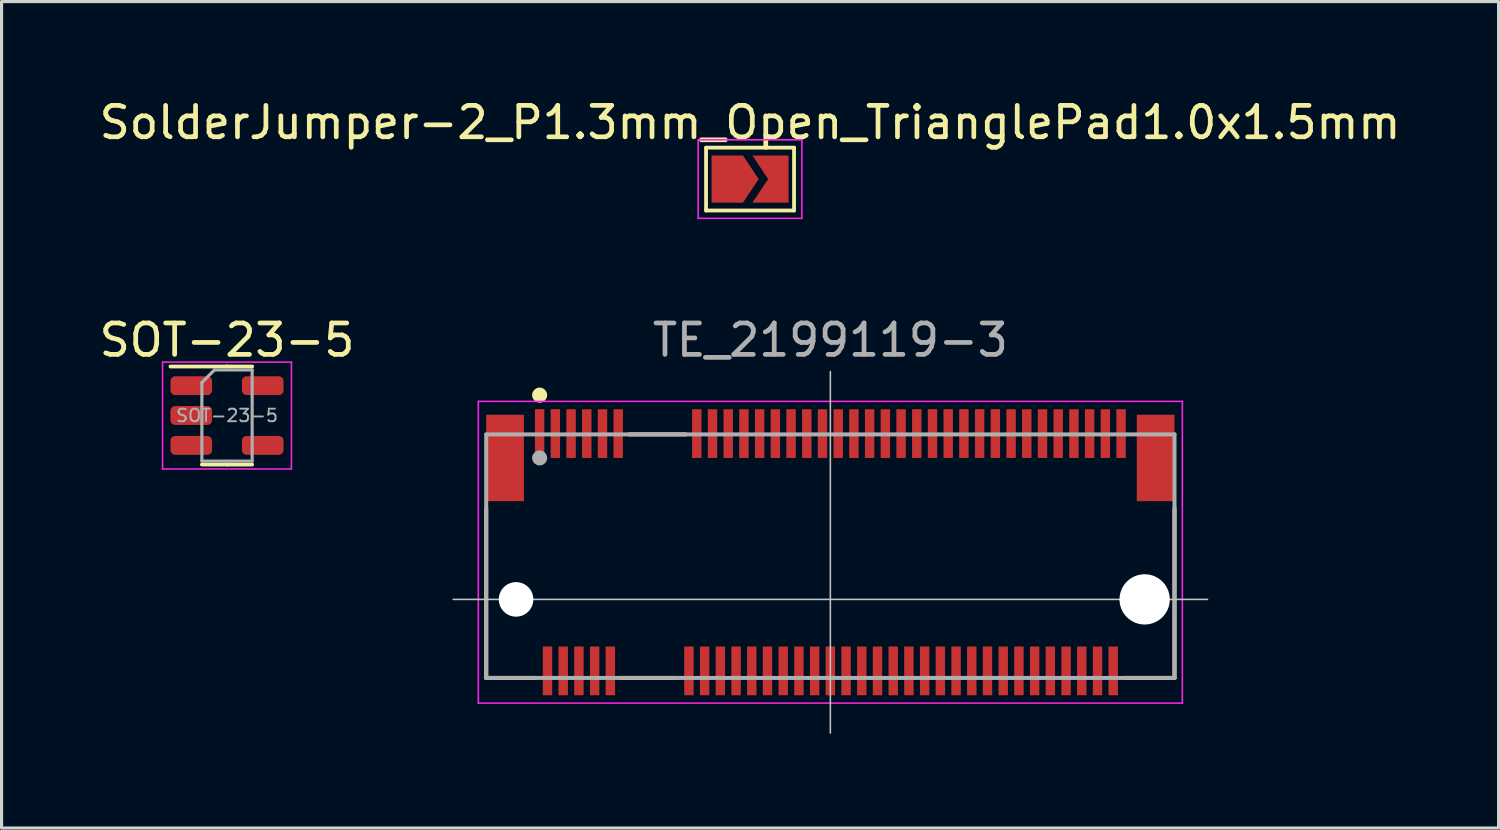
<source format=kicad_pcb>
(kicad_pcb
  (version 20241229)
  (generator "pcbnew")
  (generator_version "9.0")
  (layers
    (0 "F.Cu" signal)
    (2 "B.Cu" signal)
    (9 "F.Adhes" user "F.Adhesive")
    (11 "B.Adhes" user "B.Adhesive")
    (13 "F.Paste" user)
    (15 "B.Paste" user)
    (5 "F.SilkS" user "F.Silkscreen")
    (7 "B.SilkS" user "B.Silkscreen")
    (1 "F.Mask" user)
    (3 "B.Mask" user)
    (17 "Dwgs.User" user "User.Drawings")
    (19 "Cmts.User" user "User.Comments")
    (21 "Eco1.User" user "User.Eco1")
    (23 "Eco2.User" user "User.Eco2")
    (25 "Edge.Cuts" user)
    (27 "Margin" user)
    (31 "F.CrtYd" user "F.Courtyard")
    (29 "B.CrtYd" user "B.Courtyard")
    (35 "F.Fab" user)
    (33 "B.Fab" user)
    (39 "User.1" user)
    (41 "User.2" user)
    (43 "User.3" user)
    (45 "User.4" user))
  (footprint "SolderJumper-2_P1.3mm_Open_TrianglePad1.0x1.5mm"
    (layer "F.Cu")
    (at 20.815 2.648)
    (property "Reference" "SolderJumper-2_P1.3mm_Open_TrianglePad1.0x1.5mm" (at 0 -1.8 0) (layer "F.SilkS") (effects (font (size 1 1) (thickness 0.15))))
    (attr exclude_from_pos_files)
    (fp_line (start -1.4 -1) (end 1.4 -1) (stroke (width 0.12) (type solid)) (layer "F.SilkS"))
    (fp_line (start -1.4 1) (end -1.4 -1) (stroke (width 0.12) (type solid)) (layer "F.SilkS"))
    (fp_line (start 1.4 -1) (end 1.4 1) (stroke (width 0.12) (type solid)) (layer "F.SilkS"))
    (fp_line (start 1.4 1) (end -1.4 1) (stroke (width 0.12) (type solid)) (layer "F.SilkS"))
    (fp_line (start -1.65 -1.25) (end -1.65 1.25) (stroke (width 0.05) (type solid)) (layer "F.CrtYd"))
    (fp_line (start -1.65 -1.25) (end 1.65 -1.25) (stroke (width 0.05) (type solid)) (layer "F.CrtYd"))
    (fp_line (start 1.65 1.25) (end -1.65 1.25) (stroke (width 0.05) (type solid)) (layer "F.CrtYd"))
    (fp_line (start 1.65 1.25) (end 1.65 -1.25) (stroke (width 0.05) (type solid)) (layer "F.CrtYd"))
    (pad "1" smd custom (at -0.725 0) (size 0.3 0.3) (layers "F.Cu" "F.Mask") (options (anchor rect)) (primitives (gr_poly (pts (xy 1 0) (xy 0.5 0.75) (xy -0.5 0.75) (xy -0.5 -0.75) (xy 0.5 -0.75)) (width 0) (fill yes))))
    (pad "2" smd custom (at 0.725 0) (size 0.3 0.3) (layers "F.Cu" "F.Mask") (options (anchor rect)) (primitives (gr_poly (pts (xy 0.5 0.75) (xy -0.65 0.75) (xy -0.15 0) (xy -0.65 -0.75) (xy 0.5 -0.75)) (width 0) (fill yes)))))
  (footprint "SOT-23-5"
    (layer "F.Cu")
    (at 4.173 10.171)
    (property "Reference" "SOT-23-5" (at 0 -2.4 0) (layer "F.SilkS") (effects (font (size 1 1) (thickness 0.15))))
    (attr smd)
    (fp_line (start 0 -1.56) (end -1.8 -1.56) (stroke (width 0.12) (type solid)) (layer "F.SilkS"))
    (fp_line (start 0 -1.56) (end 0.8 -1.56) (stroke (width 0.12) (type solid)) (layer "F.SilkS"))
    (fp_line (start 0 1.56) (end -0.8 1.56) (stroke (width 0.12) (type solid)) (layer "F.SilkS"))
    (fp_line (start 0 1.56) (end 0.8 1.56) (stroke (width 0.12) (type solid)) (layer "F.SilkS"))
    (fp_line (start -2.05 -1.7) (end -2.05 1.7) (stroke (width 0.05) (type solid)) (layer "F.CrtYd"))
    (fp_line (start -2.05 1.7) (end 2.05 1.7) (stroke (width 0.05) (type solid)) (layer "F.CrtYd"))
    (fp_line (start 2.05 -1.7) (end -2.05 -1.7) (stroke (width 0.05) (type solid)) (layer "F.CrtYd"))
    (fp_line (start 2.05 1.7) (end 2.05 -1.7) (stroke (width 0.05) (type solid)) (layer "F.CrtYd"))
    (fp_line (start -0.8 -1.05) (end -0.4 -1.45) (stroke (width 0.1) (type solid)) (layer "F.Fab"))
    (fp_line (start -0.8 1.45) (end -0.8 -1.05) (stroke (width 0.1) (type solid)) (layer "F.Fab"))
    (fp_line (start -0.4 -1.45) (end 0.8 -1.45) (stroke (width 0.1) (type solid)) (layer "F.Fab"))
    (fp_line (start 0.8 -1.45) (end 0.8 1.45) (stroke (width 0.1) (type solid)) (layer "F.Fab"))
    (fp_line (start 0.8 1.45) (end -0.8 1.45) (stroke (width 0.1) (type solid)) (layer "F.Fab"))
    (fp_text user "${REFERENCE}" (at 0 0 0) (layer "F.Fab") (effects (font (size 0.4 0.4) (thickness 0.06))))
    (pad "1" smd roundrect (at -1.137 -0.95) (size 1.325 0.6) (layers "F.Cu" "F.Mask" "F.Paste") (roundrect_rratio 0.25))
    (pad "2" smd roundrect (at -1.137 0) (size 1.325 0.6) (layers "F.Cu" "F.Mask" "F.Paste") (roundrect_rratio 0.25))
    (pad "3" smd roundrect (at -1.137 0.95) (size 1.325 0.6) (layers "F.Cu" "F.Mask" "F.Paste") (roundrect_rratio 0.25))
    (pad "4" smd roundrect (at 1.137 0.95) (size 1.325 0.6) (layers "F.Cu" "F.Mask" "F.Paste") (roundrect_rratio 0.25))
    (pad "5" smd roundrect (at 1.137 -0.95) (size 1.325 0.6) (layers "F.Cu" "F.Mask" "F.Paste") (roundrect_rratio 0.25)))
  (footprint "TE_2199119-3"
    (layer "F.Cu")
    (at 23.37 16.021)
    (property "Reference" "TE_2199119-3" (at 0 -8.25 0) (layer "F.Fab") (effects (font (size 1 1) (thickness 0.15))))
    (attr smd)
    (fp_line (start -10.95 -2.9) (end -10.95 2.5) (stroke (width 0.127) (type solid)) (layer "F.SilkS"))
    (fp_line (start -10.95 2.5) (end -9.35 2.5) (stroke (width 0.127) (type solid)) (layer "F.SilkS"))
    (fp_line (start -6.65 2.5) (end -4.85 2.5) (stroke (width 0.127) (type solid)) (layer "F.SilkS"))
    (fp_line (start -4.6 -5.25) (end -6.4 -5.25) (stroke (width 0.127) (type solid)) (layer "F.SilkS"))
    (fp_line (start 9.35 2.5) (end 10.95 2.5) (stroke (width 0.127) (type solid)) (layer "F.SilkS"))
    (fp_line (start 10.95 2.5) (end 10.95 -2.9) (stroke (width 0.127) (type solid)) (layer "F.SilkS"))
    (fp_circle (center -9.25 -6.5) (end -9.13 -6.5) (stroke (width 0.24) (type solid)) (fill no) (layer "F.SilkS"))
    (fp_line (start -12 0) (end 12 0) (stroke (width 0.05) (type solid)) (layer "Dwgs.User"))
    (fp_line (start 0 -7.25) (end 0 4.25) (stroke (width 0.05) (type solid)) (layer "Dwgs.User"))
    (fp_line (start -11.2 -6.3) (end 11.2 -6.3) (stroke (width 0.05) (type solid)) (layer "F.CrtYd"))
    (fp_line (start -11.2 3.3) (end -11.2 -6.3) (stroke (width 0.05) (type solid)) (layer "F.CrtYd"))
    (fp_line (start 11.2 -6.3) (end 11.2 3.3) (stroke (width 0.05) (type solid)) (layer "F.CrtYd"))
    (fp_line (start 11.2 3.3) (end -11.2 3.3) (stroke (width 0.05) (type solid)) (layer "F.CrtYd"))
    (fp_line (start -10.95 -5.25) (end 10.95 -5.25) (stroke (width 0.127) (type solid)) (layer "F.Fab"))
    (fp_line (start -10.95 2.5) (end -10.95 -5.25) (stroke (width 0.127) (type solid)) (layer "F.Fab"))
    (fp_line (start 10.95 -5.25) (end 10.95 2.5) (stroke (width 0.127) (type solid)) (layer "F.Fab"))
    (fp_line (start 10.95 2.5) (end -10.95 2.5) (stroke (width 0.127) (type solid)) (layer "F.Fab"))
    (fp_circle (center -9.25 -4.5) (end -9.13 -4.5) (stroke (width 0.24) (type solid)) (fill no) (layer "F.Fab"))
    (pad "" np_thru_hole circle (at -10 0 180) (size 1.1 1.1) (drill 1.1) (layers "*.Cu" "*.Mask"))
    (pad "" np_thru_hole circle (at 10 0 180) (size 1.6 1.6) (drill 1.6) (layers "*.Cu" "*.Mask"))
    (pad "1" smd rect (at -9.25 -5.275 180) (size 0.3 1.55) (layers "F.Cu" "F.Mask" "F.Paste"))
    (pad "2" smd rect (at -9 2.275 180) (size 0.3 1.55) (layers "F.Cu" "F.Mask" "F.Paste"))
    (pad "3" smd rect (at -8.75 -5.275 180) (size 0.3 1.55) (layers "F.Cu" "F.Mask" "F.Paste"))
    (pad "4" smd rect (at -8.5 2.275 180) (size 0.3 1.55) (layers "F.Cu" "F.Mask" "F.Paste"))
    (pad "5" smd rect (at -8.25 -5.275 180) (size 0.3 1.55) (layers "F.Cu" "F.Mask" "F.Paste"))
    (pad "6" smd rect (at -8 2.275 180) (size 0.3 1.55) (layers "F.Cu" "F.Mask" "F.Paste"))
    (pad "7" smd rect (at -7.75 -5.275 180) (size 0.3 1.55) (layers "F.Cu" "F.Mask" "F.Paste"))
    (pad "8" smd rect (at -7.5 2.275 180) (size 0.3 1.55) (layers "F.Cu" "F.Mask" "F.Paste"))
    (pad "9" smd rect (at -7.25 -5.275 180) (size 0.3 1.55) (layers "F.Cu" "F.Mask" "F.Paste"))
    (pad "10" smd rect (at -7 2.275 180) (size 0.3 1.55) (layers "F.Cu" "F.Mask" "F.Paste"))
    (pad "11" smd rect (at -6.75 -5.275 180) (size 0.3 1.55) (layers "F.Cu" "F.Mask" "F.Paste"))
    (pad "20" smd rect (at -4.5 2.275 180) (size 0.3 1.55) (layers "F.Cu" "F.Mask" "F.Paste"))
    (pad "21" smd rect (at -4.25 -5.275 180) (size 0.3 1.55) (layers "F.Cu" "F.Mask" "F.Paste"))
    (pad "22" smd rect (at -4 2.275 180) (size 0.3 1.55) (layers "F.Cu" "F.Mask" "F.Paste"))
    (pad "23" smd rect (at -3.75 -5.275 180) (size 0.3 1.55) (layers "F.Cu" "F.Mask" "F.Paste"))
    (pad "24" smd rect (at -3.5 2.275 180) (size 0.3 1.55) (layers "F.Cu" "F.Mask" "F.Paste"))
    (pad "25" smd rect (at -3.25 -5.275 180) (size 0.3 1.55) (layers "F.Cu" "F.Mask" "F.Paste"))
    (pad "26" smd rect (at -3 2.275 180) (size 0.3 1.55) (layers "F.Cu" "F.Mask" "F.Paste"))
    (pad "27" smd rect (at -2.75 -5.275 180) (size 0.3 1.55) (layers "F.Cu" "F.Mask" "F.Paste"))
    (pad "28" smd rect (at -2.5 2.275 180) (size 0.3 1.55) (layers "F.Cu" "F.Mask" "F.Paste"))
    (pad "29" smd rect (at -2.25 -5.275 180) (size 0.3 1.55) (layers "F.Cu" "F.Mask" "F.Paste"))
    (pad "30" smd rect (at -2 2.275 180) (size 0.3 1.55) (layers "F.Cu" "F.Mask" "F.Paste"))
    (pad "31" smd rect (at -1.75 -5.275 180) (size 0.3 1.55) (layers "F.Cu" "F.Mask" "F.Paste"))
    (pad "32" smd rect (at -1.5 2.275 180) (size 0.3 1.55) (layers "F.Cu" "F.Mask" "F.Paste"))
    (pad "33" smd rect (at -1.25 -5.275 180) (size 0.3 1.55) (layers "F.Cu" "F.Mask" "F.Paste"))
    (pad "34" smd rect (at -1 2.275 180) (size 0.3 1.55) (layers "F.Cu" "F.Mask" "F.Paste"))
    (pad "35" smd rect (at -0.75 -5.275 180) (size 0.3 1.55) (layers "F.Cu" "F.Mask" "F.Paste"))
    (pad "36" smd rect (at -0.5 2.275 180) (size 0.3 1.55) (layers "F.Cu" "F.Mask" "F.Paste"))
    (pad "37" smd rect (at -0.25 -5.275 180) (size 0.3 1.55) (layers "F.Cu" "F.Mask" "F.Paste"))
    (pad "38" smd rect (at 0 2.275 180) (size 0.3 1.55) (layers "F.Cu" "F.Mask" "F.Paste"))
    (pad "39" smd rect (at 0.25 -5.275 180) (size 0.3 1.55) (layers "F.Cu" "F.Mask" "F.Paste"))
    (pad "40" smd rect (at 0.5 2.275 180) (size 0.3 1.55) (layers "F.Cu" "F.Mask" "F.Paste"))
    (pad "41" smd rect (at 0.75 -5.275 180) (size 0.3 1.55) (layers "F.Cu" "F.Mask" "F.Paste"))
    (pad "42" smd rect (at 1 2.275 180) (size 0.3 1.55) (layers "F.Cu" "F.Mask" "F.Paste"))
    (pad "43" smd rect (at 1.25 -5.275 180) (size 0.3 1.55) (layers "F.Cu" "F.Mask" "F.Paste"))
    (pad "44" smd rect (at 1.5 2.275 180) (size 0.3 1.55) (layers "F.Cu" "F.Mask" "F.Paste"))
    (pad "45" smd rect (at 1.75 -5.275 180) (size 0.3 1.55) (layers "F.Cu" "F.Mask" "F.Paste"))
    (pad "46" smd rect (at 2 2.275 180) (size 0.3 1.55) (layers "F.Cu" "F.Mask" "F.Paste"))
    (pad "47" smd rect (at 2.25 -5.275 180) (size 0.3 1.55) (layers "F.Cu" "F.Mask" "F.Paste"))
    (pad "48" smd rect (at 2.5 2.275 180) (size 0.3 1.55) (layers "F.Cu" "F.Mask" "F.Paste"))
    (pad "49" smd rect (at 2.75 -5.275 180) (size 0.3 1.55) (layers "F.Cu" "F.Mask" "F.Paste"))
    (pad "50" smd rect (at 3 2.275 180) (size 0.3 1.55) (layers "F.Cu" "F.Mask" "F.Paste"))
    (pad "51" smd rect (at 3.25 -5.275 180) (size 0.3 1.55) (layers "F.Cu" "F.Mask" "F.Paste"))
    (pad "52" smd rect (at 3.5 2.275 180) (size 0.3 1.55) (layers "F.Cu" "F.Mask" "F.Paste"))
    (pad "53" smd rect (at 3.75 -5.275 180) (size 0.3 1.55) (layers "F.Cu" "F.Mask" "F.Paste"))
    (pad "54" smd rect (at 4 2.275 180) (size 0.3 1.55) (layers "F.Cu" "F.Mask" "F.Paste"))
    (pad "55" smd rect (at 4.25 -5.275 180) (size 0.3 1.55) (layers "F.Cu" "F.Mask" "F.Paste"))
    (pad "56" smd rect (at 4.5 2.275 180) (size 0.3 1.55) (layers "F.Cu" "F.Mask" "F.Paste"))
    (pad "57" smd rect (at 4.75 -5.275 180) (size 0.3 1.55) (layers "F.Cu" "F.Mask" "F.Paste"))
    (pad "58" smd rect (at 5 2.275 180) (size 0.3 1.55) (layers "F.Cu" "F.Mask" "F.Paste"))
    (pad "59" smd rect (at 5.25 -5.275 180) (size 0.3 1.55) (layers "F.Cu" "F.Mask" "F.Paste"))
    (pad "60" smd rect (at 5.5 2.275 180) (size 0.3 1.55) (layers "F.Cu" "F.Mask" "F.Paste"))
    (pad "61" smd rect (at 5.75 -5.275 180) (size 0.3 1.55) (layers "F.Cu" "F.Mask" "F.Paste"))
    (pad "62" smd rect (at 6 2.275 180) (size 0.3 1.55) (layers "F.Cu" "F.Mask" "F.Paste"))
    (pad "63" smd rect (at 6.25 -5.275 180) (size 0.3 1.55) (layers "F.Cu" "F.Mask" "F.Paste"))
    (pad "64" smd rect (at 6.5 2.275 180) (size 0.3 1.55) (layers "F.Cu" "F.Mask" "F.Paste"))
    (pad "65" smd rect (at 6.75 -5.275 180) (size 0.3 1.55) (layers "F.Cu" "F.Mask" "F.Paste"))
    (pad "66" smd rect (at 7 2.275 180) (size 0.3 1.55) (layers "F.Cu" "F.Mask" "F.Paste"))
    (pad "67" smd rect (at 7.25 -5.275 180) (size 0.3 1.55) (layers "F.Cu" "F.Mask" "F.Paste"))
    (pad "68" smd rect (at 7.5 2.275 180) (size 0.3 1.55) (layers "F.Cu" "F.Mask" "F.Paste"))
    (pad "69" smd rect (at 7.75 -5.275 180) (size 0.3 1.55) (layers "F.Cu" "F.Mask" "F.Paste"))
    (pad "70" smd rect (at 8 2.275 180) (size 0.3 1.55) (layers "F.Cu" "F.Mask" "F.Paste"))
    (pad "71" smd rect (at 8.25 -5.275 180) (size 0.3 1.55) (layers "F.Cu" "F.Mask" "F.Paste"))
    (pad "72" smd rect (at 8.5 2.275 180) (size 0.3 1.55) (layers "F.Cu" "F.Mask" "F.Paste"))
    (pad "73" smd rect (at 8.75 -5.275 180) (size 0.3 1.55) (layers "F.Cu" "F.Mask" "F.Paste"))
    (pad "74" smd rect (at 9 2.275 180) (size 0.3 1.55) (layers "F.Cu" "F.Mask" "F.Paste"))
    (pad "75" smd rect (at 9.25 -5.275 180) (size 0.3 1.55) (layers "F.Cu" "F.Mask" "F.Paste"))
    (pad "SH1" smd rect (at -10.35 -4.5 180) (size 1.2 2.75) (layers "F.Cu" "F.Mask" "F.Paste"))
    (pad "SH2" smd rect (at 10.35 -4.5 180) (size 1.2 2.75) (layers "F.Cu" "F.Mask" "F.Paste")))
  (gr_rect
    (start -3 -3)
    (end 44.631 23.297)
    (stroke (width 0.1) (type default))
    (fill no)
    (layer "Edge.Cuts")))
</source>
